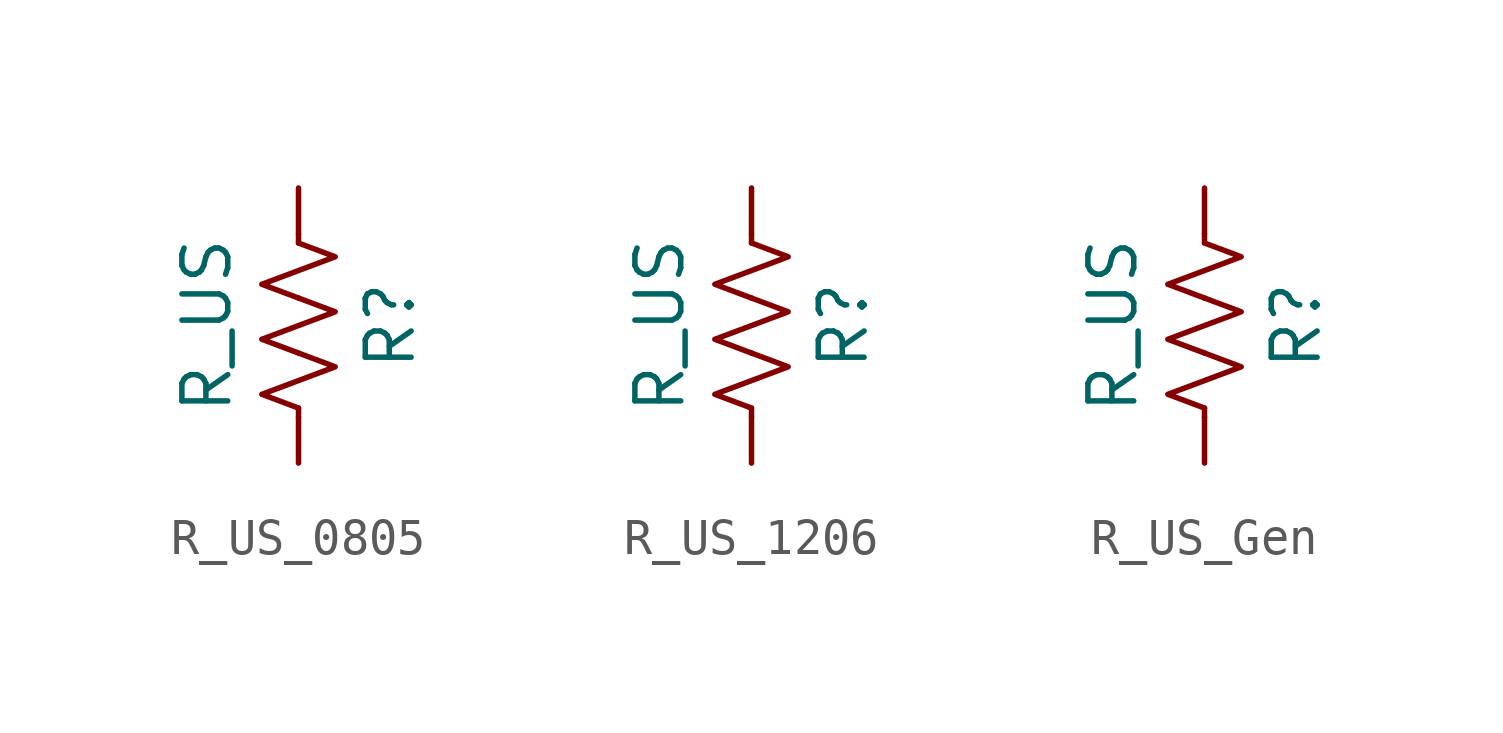
<source format=kicad_sym>
(kicad_symbol_lib
  (version 20241209)
  (generator "kicad_symbol_editor")
  (generator_version "9.0")
  (symbol "R_US_0805"
    (pin_numbers
      (hide yes))
    (pin_names
      (offset 0))
    (property "Reference" "R"
      (at 2.54 0 90)
      (effects (font (size 1.27 1.27))))
    (property "Value" "R_US"
      (at -2.54 0 90)
      (effects (font (size 1.27 1.27))))
    (symbol "R_US_0805_0_1"
      (polyline (pts (xy 0 2.286) (xy 0 2.54)) (stroke (width 0) (type default)) (fill (type none)))
      (polyline (pts (xy 0 2.286) (xy 1.016 1.905) (xy 0 1.524) (xy -1.016 1.143) (xy 0 0.762)) (stroke (width 0) (type default)) (fill (type none)))
      (polyline (pts (xy 0 0.762) (xy 1.016 0.381) (xy 0 0) (xy -1.016 -0.381) (xy 0 -0.762)) (stroke (width 0) (type default)) (fill (type none)))
      (polyline (pts (xy 0 -0.762) (xy 1.016 -1.143) (xy 0 -1.524) (xy -1.016 -1.905) (xy 0 -2.286)) (stroke (width 0) (type default)) (fill (type none)))
      (polyline (pts (xy 0 -2.286) (xy 0 -2.54)) (stroke (width 0) (type default)) (fill (type none))))
    (symbol "R_US_0805_1_1"
      (pin passive line (at 0 3.81 270) (length 1.27) (name "~" (effects (font (size 1.27 1.27)))) (number "1" (effects (font (size 1.27 1.27)))))
      (pin passive line (at 0 -3.81 90) (length 1.27) (name "~" (effects (font (size 1.27 1.27)))) (number "2" (effects (font (size 1.27 1.27)))))))
  (symbol "R_US_1206"
    (pin_numbers
      (hide yes))
    (pin_names
      (offset 0))
    (property "Reference" "R"
      (at 2.54 0 90)
      (effects (font (size 1.27 1.27))))
    (property "Value" "R_US"
      (at -2.54 0 90)
      (effects (font (size 1.27 1.27))))
    (symbol "R_US_1206_0_1"
      (polyline (pts (xy 0 2.286) (xy 0 2.54)) (stroke (width 0) (type default)) (fill (type none)))
      (polyline (pts (xy 0 2.286) (xy 1.016 1.905) (xy 0 1.524) (xy -1.016 1.143) (xy 0 0.762)) (stroke (width 0) (type default)) (fill (type none)))
      (polyline (pts (xy 0 0.762) (xy 1.016 0.381) (xy 0 0) (xy -1.016 -0.381) (xy 0 -0.762)) (stroke (width 0) (type default)) (fill (type none)))
      (polyline (pts (xy 0 -0.762) (xy 1.016 -1.143) (xy 0 -1.524) (xy -1.016 -1.905) (xy 0 -2.286)) (stroke (width 0) (type default)) (fill (type none)))
      (polyline (pts (xy 0 -2.286) (xy 0 -2.54)) (stroke (width 0) (type default)) (fill (type none))))
    (symbol "R_US_1206_1_1"
      (pin passive line (at 0 3.81 270) (length 1.27) (name "~" (effects (font (size 1.27 1.27)))) (number "1" (effects (font (size 1.27 1.27)))))
      (pin passive line (at 0 -3.81 90) (length 1.27) (name "~" (effects (font (size 1.27 1.27)))) (number "2" (effects (font (size 1.27 1.27)))))))
  (symbol "R_US_Gen"
    (pin_numbers
      (hide yes))
    (pin_names
      (offset 0))
    (property "Reference" "R"
      (at 2.54 0 90)
      (effects (font (size 1.27 1.27))))
    (property "Value" "R_US"
      (at -2.54 0 90)
      (effects (font (size 1.27 1.27))))
    (symbol "R_US_Gen_0_1"
      (polyline (pts (xy 0 2.286) (xy 0 2.54)) (stroke (width 0) (type default)) (fill (type none)))
      (polyline (pts (xy 0 2.286) (xy 1.016 1.905) (xy 0 1.524) (xy -1.016 1.143) (xy 0 0.762)) (stroke (width 0) (type default)) (fill (type none)))
      (polyline (pts (xy 0 0.762) (xy 1.016 0.381) (xy 0 0) (xy -1.016 -0.381) (xy 0 -0.762)) (stroke (width 0) (type default)) (fill (type none)))
      (polyline (pts (xy 0 -0.762) (xy 1.016 -1.143) (xy 0 -1.524) (xy -1.016 -1.905) (xy 0 -2.286)) (stroke (width 0) (type default)) (fill (type none)))
      (polyline (pts (xy 0 -2.286) (xy 0 -2.54)) (stroke (width 0) (type default)) (fill (type none))))
    (symbol "R_US_Gen_1_1"
      (pin passive line (at 0 3.81 270) (length 1.27) (name "~" (effects (font (size 1.27 1.27)))) (number "1" (effects (font (size 1.27 1.27)))))
      (pin passive line (at 0 -3.81 90) (length 1.27) (name "~" (effects (font (size 1.27 1.27)))) (number "2" (effects (font (size 1.27 1.27))))))))
</source>
